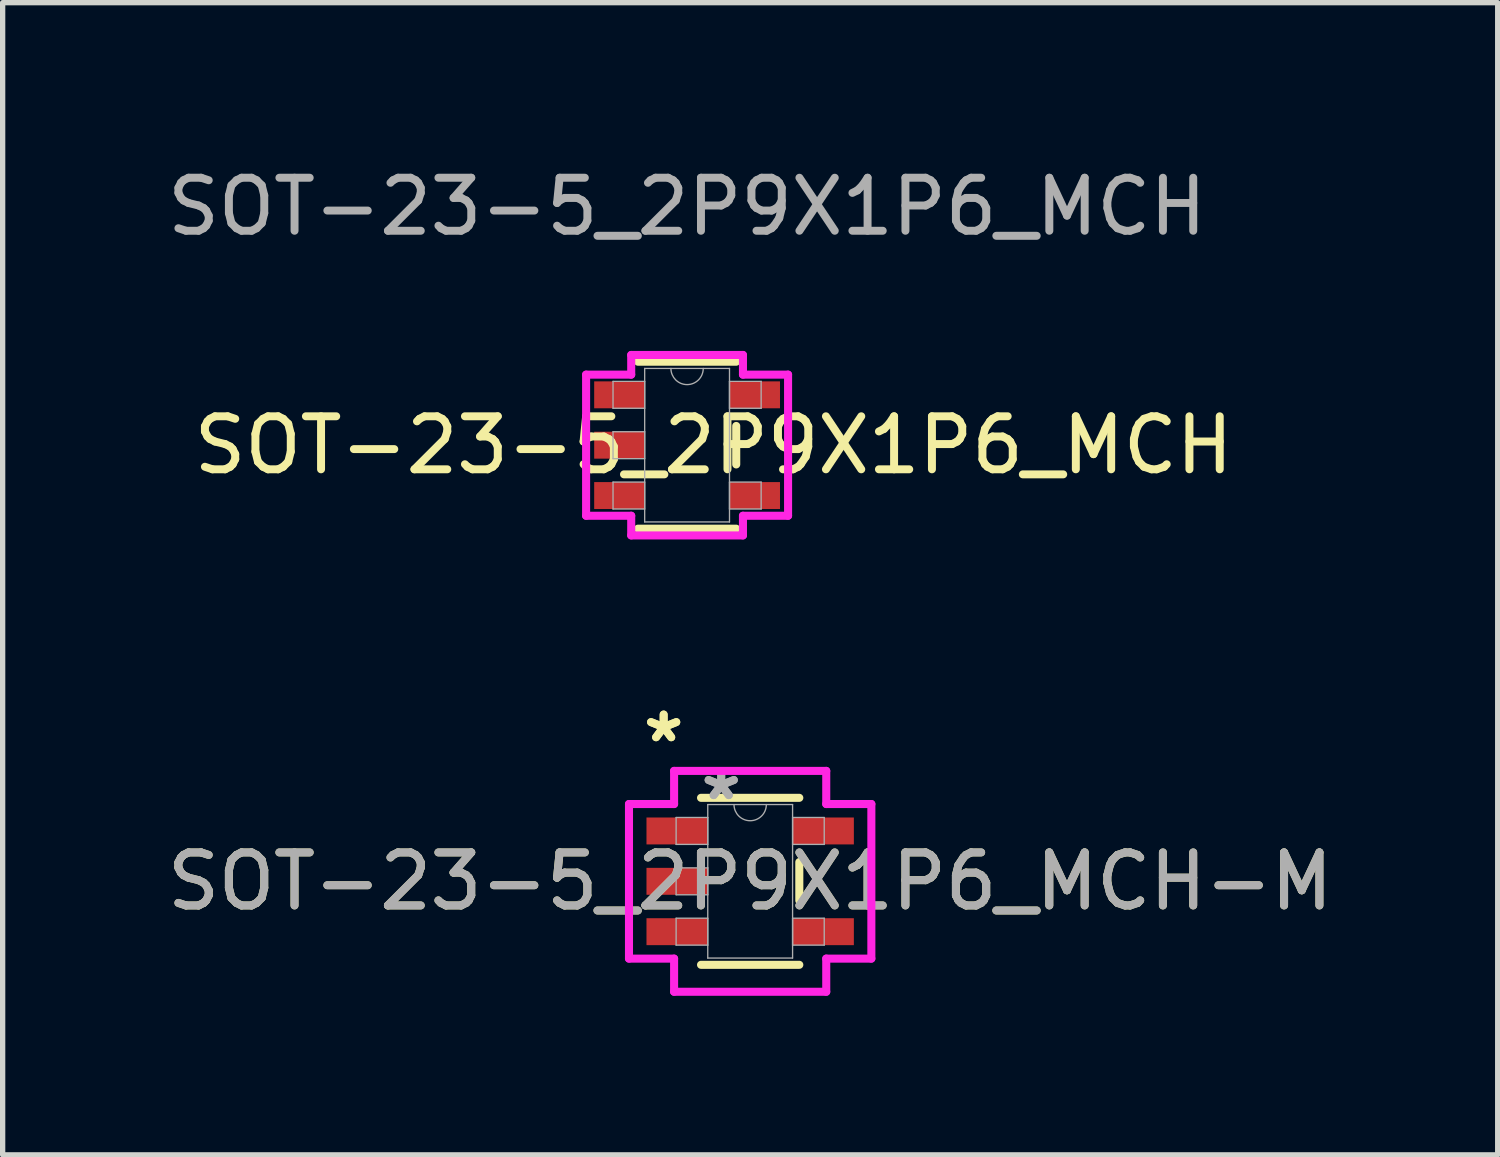
<source format=kicad_pcb>
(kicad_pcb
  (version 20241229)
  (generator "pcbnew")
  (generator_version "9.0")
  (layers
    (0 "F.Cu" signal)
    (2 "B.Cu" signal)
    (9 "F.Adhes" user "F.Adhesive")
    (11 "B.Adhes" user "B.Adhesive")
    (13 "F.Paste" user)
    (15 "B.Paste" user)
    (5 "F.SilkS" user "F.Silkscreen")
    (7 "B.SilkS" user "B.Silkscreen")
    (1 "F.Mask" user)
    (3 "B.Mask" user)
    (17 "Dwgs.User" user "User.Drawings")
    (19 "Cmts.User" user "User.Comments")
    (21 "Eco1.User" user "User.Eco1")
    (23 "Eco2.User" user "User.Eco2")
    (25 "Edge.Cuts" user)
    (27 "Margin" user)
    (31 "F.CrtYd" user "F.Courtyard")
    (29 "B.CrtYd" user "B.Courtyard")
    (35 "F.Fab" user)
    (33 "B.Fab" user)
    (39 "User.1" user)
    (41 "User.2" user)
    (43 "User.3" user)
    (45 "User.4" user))
  (footprint "SOT-23-5_2P9X1P6_MCH-M"
    (layer "F.Cu")
    (at 11.101 13.575)
    (property "Reference" "SOT-23-5_2P9X1P6_MCH-M" (at 0 0 0) (unlocked yes) (layer "F.SilkS") (effects (font (size 1 1) (thickness 0.15))))
    (attr smd)
    (fp_line (start -0.927 1.575) (end 0.927 1.575) (stroke (width 0.152) (type solid)) (layer "F.SilkS"))
    (fp_line (start 0.927 -1.575) (end -0.927 -1.575) (stroke (width 0.152) (type solid)) (layer "F.SilkS"))
    (fp_line (start 0.927 0.363) (end 0.927 -0.363) (stroke (width 0.152) (type solid)) (layer "F.SilkS"))
    (fp_line (start -2.286 -1.458) (end -1.435 -1.458) (stroke (width 0.152) (type solid)) (layer "F.CrtYd"))
    (fp_line (start -2.286 1.458) (end -2.286 -1.458) (stroke (width 0.152) (type solid)) (layer "F.CrtYd"))
    (fp_line (start -1.435 -2.083) (end 1.435 -2.083) (stroke (width 0.152) (type solid)) (layer "F.CrtYd"))
    (fp_line (start -1.435 -1.458) (end -1.435 -2.083) (stroke (width 0.152) (type solid)) (layer "F.CrtYd"))
    (fp_line (start -1.435 1.458) (end -2.286 1.458) (stroke (width 0.152) (type solid)) (layer "F.CrtYd"))
    (fp_line (start -1.435 2.083) (end -1.435 1.458) (stroke (width 0.152) (type solid)) (layer "F.CrtYd"))
    (fp_line (start 1.435 -2.083) (end 1.435 -1.458) (stroke (width 0.152) (type solid)) (layer "F.CrtYd"))
    (fp_line (start 1.435 -1.458) (end 2.286 -1.458) (stroke (width 0.152) (type solid)) (layer "F.CrtYd"))
    (fp_line (start 1.435 1.458) (end 1.435 2.083) (stroke (width 0.152) (type solid)) (layer "F.CrtYd"))
    (fp_line (start 1.435 2.083) (end -1.435 2.083) (stroke (width 0.152) (type solid)) (layer "F.CrtYd"))
    (fp_line (start 2.286 -1.458) (end 2.286 1.458) (stroke (width 0.152) (type solid)) (layer "F.CrtYd"))
    (fp_line (start 2.286 1.458) (end 1.435 1.458) (stroke (width 0.152) (type solid)) (layer "F.CrtYd"))
    (fp_line (start -1.397 -1.204) (end -1.397 -0.696) (stroke (width 0.025) (type solid)) (layer "F.Fab"))
    (fp_line (start -1.397 -0.696) (end -0.8 -0.696) (stroke (width 0.025) (type solid)) (layer "F.Fab"))
    (fp_line (start -1.397 -0.254) (end -1.397 0.254) (stroke (width 0.025) (type solid)) (layer "F.Fab"))
    (fp_line (start -1.397 0.254) (end -0.8 0.254) (stroke (width 0.025) (type solid)) (layer "F.Fab"))
    (fp_line (start -1.397 0.696) (end -1.397 1.204) (stroke (width 0.025) (type solid)) (layer "F.Fab"))
    (fp_line (start -1.397 1.204) (end -0.8 1.204) (stroke (width 0.025) (type solid)) (layer "F.Fab"))
    (fp_line (start -0.8 -1.448) (end -0.8 1.448) (stroke (width 0.025) (type solid)) (layer "F.Fab"))
    (fp_line (start -0.8 -1.204) (end -1.397 -1.204) (stroke (width 0.025) (type solid)) (layer "F.Fab"))
    (fp_line (start -0.8 -0.696) (end -0.8 -1.204) (stroke (width 0.025) (type solid)) (layer "F.Fab"))
    (fp_line (start -0.8 -0.254) (end -1.397 -0.254) (stroke (width 0.025) (type solid)) (layer "F.Fab"))
    (fp_line (start -0.8 0.254) (end -0.8 -0.254) (stroke (width 0.025) (type solid)) (layer "F.Fab"))
    (fp_line (start -0.8 0.696) (end -1.397 0.696) (stroke (width 0.025) (type solid)) (layer "F.Fab"))
    (fp_line (start -0.8 1.204) (end -0.8 0.696) (stroke (width 0.025) (type solid)) (layer "F.Fab"))
    (fp_line (start -0.8 1.448) (end 0.8 1.448) (stroke (width 0.025) (type solid)) (layer "F.Fab"))
    (fp_line (start 0.8 -1.448) (end -0.8 -1.448) (stroke (width 0.025) (type solid)) (layer "F.Fab"))
    (fp_line (start 0.8 -1.204) (end 0.8 -0.696) (stroke (width 0.025) (type solid)) (layer "F.Fab"))
    (fp_line (start 0.8 -0.696) (end 1.397 -0.696) (stroke (width 0.025) (type solid)) (layer "F.Fab"))
    (fp_line (start 0.8 0.696) (end 0.8 1.204) (stroke (width 0.025) (type solid)) (layer "F.Fab"))
    (fp_line (start 0.8 1.204) (end 1.397 1.204) (stroke (width 0.025) (type solid)) (layer "F.Fab"))
    (fp_line (start 0.8 1.448) (end 0.8 -1.448) (stroke (width 0.025) (type solid)) (layer "F.Fab"))
    (fp_line (start 1.397 -1.204) (end 0.8 -1.204) (stroke (width 0.025) (type solid)) (layer "F.Fab"))
    (fp_line (start 1.397 -0.696) (end 1.397 -1.204) (stroke (width 0.025) (type solid)) (layer "F.Fab"))
    (fp_line (start 1.397 0.696) (end 0.8 0.696) (stroke (width 0.025) (type solid)) (layer "F.Fab"))
    (fp_line (start 1.397 1.204) (end 1.397 0.696) (stroke (width 0.025) (type solid)) (layer "F.Fab"))
    (fp_arc (start 0.3048 -1.4478) (mid 0 -1.143) (end -0.3048 -1.4478) (stroke (width 0.0254) (type solid)) (layer "F.Fab"))
    (fp_text user "*" (at -1.632 -2.601 0) (layer "F.SilkS") (effects (font (size 1 1) (thickness 0.15))))
    (fp_text user "*" (at -1.632 -2.601 0) (unlocked yes) (layer "F.SilkS") (effects (font (size 1 1) (thickness 0.15))))
    (fp_text user "*" (at -0.546 -1.509 0) (layer "F.Fab") (effects (font (size 1 1) (thickness 0.15))))
    (fp_text user "${REFERENCE}" (at 0 0 0) (unlocked yes) (layer "F.Fab") (effects (font (size 1 1) (thickness 0.15))))
    (fp_text user "*" (at -0.546 -1.509 0) (unlocked yes) (layer "F.Fab") (effects (font (size 1 1) (thickness 0.15))))
    (pad "1" smd rect (at -1.378 -0.95) (size 1.156 0.508) (layers "F.Cu" "F.Mask" "F.Paste"))
    (pad "2" smd rect (at -1.378 0) (size 1.156 0.508) (layers "F.Cu" "F.Mask" "F.Paste"))
    (pad "3" smd rect (at -1.378 0.95) (size 1.156 0.508) (layers "F.Cu" "F.Mask" "F.Paste"))
    (pad "4" smd rect (at 1.378 0.95) (size 1.156 0.508) (layers "F.Cu" "F.Mask" "F.Paste"))
    (pad "5" smd rect (at 1.378 -0.95) (size 1.156 0.508) (layers "F.Cu" "F.Mask" "F.Paste")))
  (footprint "SOT-23-5_2P9X1P6_MCH"
    (layer "F.Cu")
    (at 9.911 5.348)
    (property "Reference" "SOT-23-5_2P9X1P6_MCH" (at 0.5 0 0) (unlocked yes) (layer "F.SilkS") (effects (font (size 1 1) (thickness 0.15))))
    (attr smd)
    (fp_line (start -0.927 1.575) (end 0.927 1.575) (stroke (width 0.152) (type solid)) (layer "F.SilkS"))
    (fp_line (start 0.927 -1.575) (end -0.927 -1.575) (stroke (width 0.152) (type solid)) (layer "F.SilkS"))
    (fp_line (start 0.927 0.363) (end 0.927 -0.363) (stroke (width 0.152) (type solid)) (layer "F.SilkS"))
    (fp_line (start -1.905 -1.331) (end -1.054 -1.331) (stroke (width 0.152) (type solid)) (layer "F.CrtYd"))
    (fp_line (start -1.905 1.331) (end -1.905 -1.331) (stroke (width 0.152) (type solid)) (layer "F.CrtYd"))
    (fp_line (start -1.054 -1.702) (end 1.054 -1.702) (stroke (width 0.152) (type solid)) (layer "F.CrtYd"))
    (fp_line (start -1.054 -1.331) (end -1.054 -1.702) (stroke (width 0.152) (type solid)) (layer "F.CrtYd"))
    (fp_line (start -1.054 1.331) (end -1.905 1.331) (stroke (width 0.152) (type solid)) (layer "F.CrtYd"))
    (fp_line (start -1.054 1.702) (end -1.054 1.331) (stroke (width 0.152) (type solid)) (layer "F.CrtYd"))
    (fp_line (start 1.054 -1.702) (end 1.054 -1.331) (stroke (width 0.152) (type solid)) (layer "F.CrtYd"))
    (fp_line (start 1.054 -1.331) (end 1.905 -1.331) (stroke (width 0.152) (type solid)) (layer "F.CrtYd"))
    (fp_line (start 1.054 1.331) (end 1.054 1.702) (stroke (width 0.152) (type solid)) (layer "F.CrtYd"))
    (fp_line (start 1.054 1.702) (end -1.054 1.702) (stroke (width 0.152) (type solid)) (layer "F.CrtYd"))
    (fp_line (start 1.905 -1.331) (end 1.905 1.331) (stroke (width 0.152) (type solid)) (layer "F.CrtYd"))
    (fp_line (start 1.905 1.331) (end 1.054 1.331) (stroke (width 0.152) (type solid)) (layer "F.CrtYd"))
    (fp_line (start -1.397 -1.204) (end -1.397 -0.696) (stroke (width 0.025) (type solid)) (layer "F.Fab"))
    (fp_line (start -1.397 -0.696) (end -0.8 -0.696) (stroke (width 0.025) (type solid)) (layer "F.Fab"))
    (fp_line (start -1.397 -0.254) (end -1.397 0.254) (stroke (width 0.025) (type solid)) (layer "F.Fab"))
    (fp_line (start -1.397 0.254) (end -0.8 0.254) (stroke (width 0.025) (type solid)) (layer "F.Fab"))
    (fp_line (start -1.397 0.696) (end -1.397 1.204) (stroke (width 0.025) (type solid)) (layer "F.Fab"))
    (fp_line (start -1.397 1.204) (end -0.8 1.204) (stroke (width 0.025) (type solid)) (layer "F.Fab"))
    (fp_line (start -0.8 -1.448) (end -0.8 1.448) (stroke (width 0.025) (type solid)) (layer "F.Fab"))
    (fp_line (start -0.8 -1.204) (end -1.397 -1.204) (stroke (width 0.025) (type solid)) (layer "F.Fab"))
    (fp_line (start -0.8 -0.696) (end -0.8 -1.204) (stroke (width 0.025) (type solid)) (layer "F.Fab"))
    (fp_line (start -0.8 -0.254) (end -1.397 -0.254) (stroke (width 0.025) (type solid)) (layer "F.Fab"))
    (fp_line (start -0.8 0.254) (end -0.8 -0.254) (stroke (width 0.025) (type solid)) (layer "F.Fab"))
    (fp_line (start -0.8 0.696) (end -1.397 0.696) (stroke (width 0.025) (type solid)) (layer "F.Fab"))
    (fp_line (start -0.8 1.204) (end -0.8 0.696) (stroke (width 0.025) (type solid)) (layer "F.Fab"))
    (fp_line (start -0.8 1.448) (end 0.8 1.448) (stroke (width 0.025) (type solid)) (layer "F.Fab"))
    (fp_line (start 0.8 -1.448) (end -0.8 -1.448) (stroke (width 0.025) (type solid)) (layer "F.Fab"))
    (fp_line (start 0.8 -1.204) (end 0.8 -0.696) (stroke (width 0.025) (type solid)) (layer "F.Fab"))
    (fp_line (start 0.8 -0.696) (end 1.397 -0.696) (stroke (width 0.025) (type solid)) (layer "F.Fab"))
    (fp_line (start 0.8 0.696) (end 0.8 1.204) (stroke (width 0.025) (type solid)) (layer "F.Fab"))
    (fp_line (start 0.8 1.204) (end 1.397 1.204) (stroke (width 0.025) (type solid)) (layer "F.Fab"))
    (fp_line (start 0.8 1.448) (end 0.8 -1.448) (stroke (width 0.025) (type solid)) (layer "F.Fab"))
    (fp_line (start 1.397 -1.204) (end 0.8 -1.204) (stroke (width 0.025) (type solid)) (layer "F.Fab"))
    (fp_line (start 1.397 -0.696) (end 1.397 -1.204) (stroke (width 0.025) (type solid)) (layer "F.Fab"))
    (fp_line (start 1.397 0.696) (end 0.8 0.696) (stroke (width 0.025) (type solid)) (layer "F.Fab"))
    (fp_line (start 1.397 1.204) (end 1.397 0.696) (stroke (width 0.025) (type solid)) (layer "F.Fab"))
    (fp_arc (start 0.3048 -1.4478) (mid 0 -1.143) (end -0.3048 -1.4478) (stroke (width 0.0254) (type solid)) (layer "F.Fab"))
    (fp_text user "${REFERENCE}" (at 0 -4.5 0) (unlocked yes) (layer "F.Fab") (effects (font (size 1 1) (thickness 0.15))))
    (pad "1" smd rect (at -1.276 -0.95) (size 0.953 0.508) (layers "F.Cu" "F.Mask" "F.Paste"))
    (pad "2" smd rect (at -1.276 0) (size 0.953 0.508) (layers "F.Cu" "F.Mask" "F.Paste"))
    (pad "3" smd rect (at -1.276 0.95) (size 0.953 0.508) (layers "F.Cu" "F.Mask" "F.Paste"))
    (pad "4" smd rect (at 1.276 0.95) (size 0.953 0.508) (layers "F.Cu" "F.Mask" "F.Paste"))
    (pad "5" smd rect (at 1.276 -0.95) (size 0.953 0.508) (layers "F.Cu" "F.Mask" "F.Paste")))
  (gr_rect
    (start -3 -3)
    (end 25.202 18.735)
    (stroke (width 0.1) (type default))
    (fill no)
    (layer "Edge.Cuts")))
</source>
